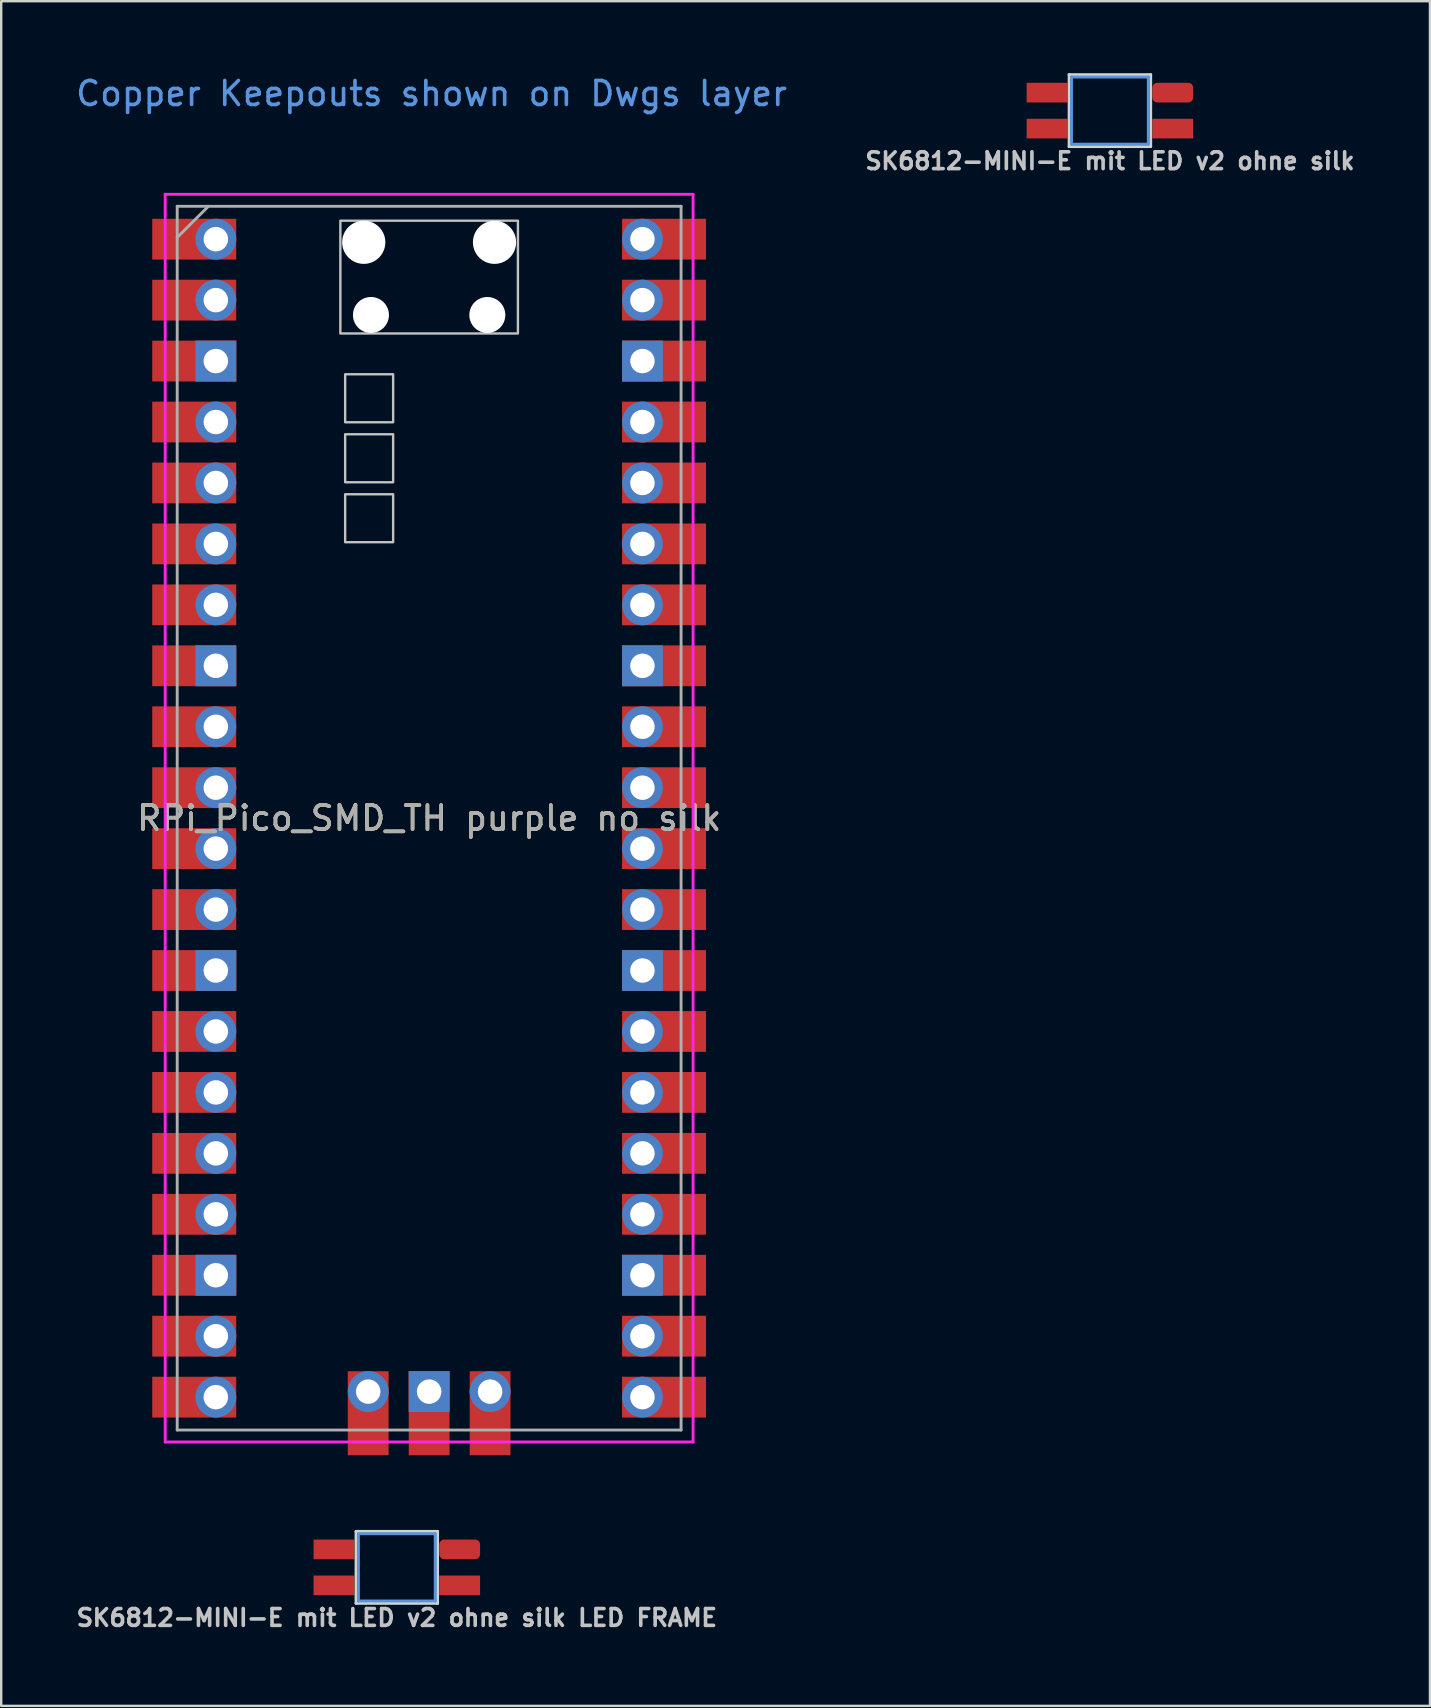
<source format=kicad_pcb>
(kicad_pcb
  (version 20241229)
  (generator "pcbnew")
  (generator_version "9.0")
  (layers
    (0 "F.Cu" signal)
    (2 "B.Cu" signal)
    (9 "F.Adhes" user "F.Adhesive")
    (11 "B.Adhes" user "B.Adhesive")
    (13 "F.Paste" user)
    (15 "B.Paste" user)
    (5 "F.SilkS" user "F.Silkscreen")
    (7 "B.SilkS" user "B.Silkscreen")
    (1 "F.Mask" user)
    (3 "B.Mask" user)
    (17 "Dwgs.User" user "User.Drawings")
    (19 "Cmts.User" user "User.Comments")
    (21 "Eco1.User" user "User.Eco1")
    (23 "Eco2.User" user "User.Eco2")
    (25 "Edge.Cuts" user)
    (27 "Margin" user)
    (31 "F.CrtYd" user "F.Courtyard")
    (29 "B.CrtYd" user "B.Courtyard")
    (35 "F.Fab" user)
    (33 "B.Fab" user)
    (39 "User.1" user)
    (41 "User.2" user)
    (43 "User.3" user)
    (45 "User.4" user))
  (footprint "SK6812-MINI-E mit LED v2 ohne silk LED FRAME"
    (layer "F.Cu")
    (at 13.488 62.273)
    (property "Reference" "SK6812-MINI-E mit LED v2 ohne silk LED FRAME" (at 0 2.1 0) (unlocked yes) (layer "Dwgs.User") (effects (font (size 0.7 0.7) (thickness 0.15))))
    (attr through_hole)
    (fp_line (start -1.6 -1.4) (end 1.6 -1.4) (stroke (width 0.12) (type solid)) (layer "Cmts.User"))
    (fp_line (start -1.6 1.4) (end -1.6 -1.4) (stroke (width 0.12) (type solid)) (layer "Cmts.User"))
    (fp_line (start 1.6 -1.4) (end 1.6 1.4) (stroke (width 0.12) (type solid)) (layer "Cmts.User"))
    (fp_line (start 1.6 1.4) (end -1.6 1.4) (stroke (width 0.12) (type solid)) (layer "Cmts.User"))
    (fp_line (start -2.6 1.6) (end -2.6 -1.6) (stroke (width 0.15) (type solid)) (layer "Eco2.User"))
    (fp_line (start -2.6 1.6) (end 2.6 1.6) (stroke (width 0.15) (type solid)) (layer "Eco2.User"))
    (fp_line (start 2.6 -1.6) (end -2.6 -1.6) (stroke (width 0.15) (type solid)) (layer "Eco2.User"))
    (fp_line (start 2.6 1.6) (end 2.6 -1.6) (stroke (width 0.15) (type solid)) (layer "Eco2.User"))
    (fp_line (start -1.7 -1.5) (end 1.7 -1.5) (stroke (width 0.12) (type solid)) (layer "Edge.Cuts"))
    (fp_line (start -1.7 1.5) (end -1.7 -1.5) (stroke (width 0.12) (type solid)) (layer "Edge.Cuts"))
    (fp_line (start 1.7 -1.5) (end 1.7 1.5) (stroke (width 0.12) (type solid)) (layer "Edge.Cuts"))
    (fp_line (start 1.7 1.5) (end -1.7 1.5) (stroke (width 0.12) (type solid)) (layer "Edge.Cuts"))
    (pad "1" smd rect (at -2.62 0.75) (size 1.7 0.82) (layers "F.Cu" "F.Mask" "F.Paste"))
    (pad "2" smd rect (at -2.62 -0.75) (size 1.7 0.82) (layers "F.Cu" "F.Mask" "F.Paste"))
    (pad "3" smd roundrect (at 2.62 -0.75) (size 1.7 0.82) (layers "F.Cu" "F.Mask" "F.Paste") (roundrect_rratio 0.25))
    (pad "4" smd rect (at 2.62 0.75) (size 1.7 0.82) (layers "F.Cu" "F.Mask" "F.Paste")))
  (footprint "RPi_Pico_SMD_TH purple no silk"
    (layer "F.Cu")
    (at 14.835 31.048)
    (property "Reference" "RPi_Pico_SMD_TH purple no silk" (at 0 0 0) (layer "F.SilkS") (effects (font (size 1 1) (thickness 0.15))))
    (attr through_hole)
    (fp_poly (pts (xy -1.5 -16.5) (xy -3.5 -16.5) (xy -3.5 -18.5) (xy -1.5 -18.5)) (stroke (width 0.1) (type solid)) (fill no) (layer "Dwgs.User"))
    (fp_poly (pts (xy -1.5 -14) (xy -3.5 -14) (xy -3.5 -16) (xy -1.5 -16)) (stroke (width 0.1) (type solid)) (fill no) (layer "Dwgs.User"))
    (fp_poly (pts (xy -1.5 -11.5) (xy -3.5 -11.5) (xy -3.5 -13.5) (xy -1.5 -13.5)) (stroke (width 0.1) (type solid)) (fill no) (layer "Dwgs.User"))
    (fp_poly (pts (xy 3.7 -20.2) (xy -3.7 -20.2) (xy -3.7 -24.9) (xy 3.7 -24.9)) (stroke (width 0.1) (type solid)) (fill no) (layer "Dwgs.User"))
    (fp_line (start -11 -26) (end 11 -26) (stroke (width 0.12) (type solid)) (layer "F.CrtYd"))
    (fp_line (start -11 26) (end -11 -26) (stroke (width 0.12) (type solid)) (layer "F.CrtYd"))
    (fp_line (start 11 -26) (end 11 26) (stroke (width 0.12) (type solid)) (layer "F.CrtYd"))
    (fp_line (start 11 26) (end -11 26) (stroke (width 0.12) (type solid)) (layer "F.CrtYd"))
    (fp_line (start -10.5 -25.5) (end 10.5 -25.5) (stroke (width 0.12) (type solid)) (layer "F.Fab"))
    (fp_line (start -10.5 -24.2) (end -9.2 -25.5) (stroke (width 0.12) (type solid)) (layer "F.Fab"))
    (fp_line (start -10.5 25.5) (end -10.5 -25.5) (stroke (width 0.12) (type solid)) (layer "F.Fab"))
    (fp_line (start 10.5 -25.5) (end 10.5 25.5) (stroke (width 0.12) (type solid)) (layer "F.Fab"))
    (fp_line (start 10.5 25.5) (end -10.5 25.5) (stroke (width 0.12) (type solid)) (layer "F.Fab"))
    (fp_text user "Copper Keepouts shown on Dwgs layer" (at 0.1 -30.2 0) (layer "Cmts.User") (effects (font (size 1 1) (thickness 0.15))))
    (fp_text user "${REFERENCE}" (at 0 0 180) (layer "F.Fab") (effects (font (size 1 1) (thickness 0.15))))
    (pad "" np_thru_hole oval (at -2.725 -24) (size 1.8 1.8) (drill 1.8) (layers "*.Cu" "*.Mask"))
    (pad "" np_thru_hole oval (at -2.425 -20.97) (size 1.5 1.5) (drill 1.5) (layers "*.Cu" "*.Mask"))
    (pad "" np_thru_hole oval (at 2.425 -20.97) (size 1.5 1.5) (drill 1.5) (layers "*.Cu" "*.Mask"))
    (pad "" np_thru_hole oval (at 2.725 -24) (size 1.8 1.8) (drill 1.8) (layers "*.Cu" "*.Mask"))
    (pad "1" thru_hole oval (at -8.89 -24.13) (size 1.7 1.7) (drill 1.02) (layers "*.Cu" "*.Mask"))
    (pad "1" smd rect (at -8.89 -24.13) (size 3.5 1.7) (drill (offset -0.9 0)) (layers "F.Cu" "F.Mask"))
    (pad "2" thru_hole oval (at -8.89 -21.59) (size 1.7 1.7) (drill 1.02) (layers "*.Cu" "*.Mask"))
    (pad "2" smd rect (at -8.89 -21.59) (size 3.5 1.7) (drill (offset -0.9 0)) (layers "F.Cu" "F.Mask"))
    (pad "3" thru_hole rect (at -8.89 -19.05) (size 1.7 1.7) (drill 1.02) (layers "*.Cu" "*.Mask"))
    (pad "3" smd rect (at -8.89 -19.05) (size 3.5 1.7) (drill (offset -0.9 0)) (layers "F.Cu" "F.Mask"))
    (pad "4" thru_hole oval (at -8.89 -16.51) (size 1.7 1.7) (drill 1.02) (layers "*.Cu" "*.Mask"))
    (pad "4" smd rect (at -8.89 -16.51) (size 3.5 1.7) (drill (offset -0.9 0)) (layers "F.Cu" "F.Mask"))
    (pad "5" thru_hole oval (at -8.89 -13.97) (size 1.7 1.7) (drill 1.02) (layers "*.Cu" "*.Mask"))
    (pad "5" smd rect (at -8.89 -13.97) (size 3.5 1.7) (drill (offset -0.9 0)) (layers "F.Cu" "F.Mask"))
    (pad "6" thru_hole oval (at -8.89 -11.43) (size 1.7 1.7) (drill 1.02) (layers "*.Cu" "*.Mask"))
    (pad "6" smd rect (at -8.89 -11.43) (size 3.5 1.7) (drill (offset -0.9 0)) (layers "F.Cu" "F.Mask"))
    (pad "7" thru_hole oval (at -8.89 -8.89) (size 1.7 1.7) (drill 1.02) (layers "*.Cu" "*.Mask"))
    (pad "7" smd rect (at -8.89 -8.89) (size 3.5 1.7) (drill (offset -0.9 0)) (layers "F.Cu" "F.Mask"))
    (pad "8" thru_hole rect (at -8.89 -6.35) (size 1.7 1.7) (drill 1.02) (layers "*.Cu" "*.Mask"))
    (pad "8" smd rect (at -8.89 -6.35) (size 3.5 1.7) (drill (offset -0.9 0)) (layers "F.Cu" "F.Mask"))
    (pad "9" thru_hole oval (at -8.89 -3.81) (size 1.7 1.7) (drill 1.02) (layers "*.Cu" "*.Mask"))
    (pad "9" smd rect (at -8.89 -3.81) (size 3.5 1.7) (drill (offset -0.9 0)) (layers "F.Cu" "F.Mask"))
    (pad "10" thru_hole oval (at -8.89 -1.27) (size 1.7 1.7) (drill 1.02) (layers "*.Cu" "*.Mask"))
    (pad "10" smd rect (at -8.89 -1.27) (size 3.5 1.7) (drill (offset -0.9 0)) (layers "F.Cu" "F.Mask"))
    (pad "11" thru_hole oval (at -8.89 1.27) (size 1.7 1.7) (drill 1.02) (layers "*.Cu" "*.Mask"))
    (pad "11" smd rect (at -8.89 1.27) (size 3.5 1.7) (drill (offset -0.9 0)) (layers "F.Cu" "F.Mask"))
    (pad "12" thru_hole oval (at -8.89 3.81) (size 1.7 1.7) (drill 1.02) (layers "*.Cu" "*.Mask"))
    (pad "12" smd rect (at -8.89 3.81) (size 3.5 1.7) (drill (offset -0.9 0)) (layers "F.Cu" "F.Mask"))
    (pad "13" thru_hole rect (at -8.89 6.35) (size 1.7 1.7) (drill 1.02) (layers "*.Cu" "*.Mask"))
    (pad "13" smd rect (at -8.89 6.35) (size 3.5 1.7) (drill (offset -0.9 0)) (layers "F.Cu" "F.Mask"))
    (pad "14" thru_hole oval (at -8.89 8.89) (size 1.7 1.7) (drill 1.02) (layers "*.Cu" "*.Mask"))
    (pad "14" smd rect (at -8.89 8.89) (size 3.5 1.7) (drill (offset -0.9 0)) (layers "F.Cu" "F.Mask"))
    (pad "15" thru_hole oval (at -8.89 11.43) (size 1.7 1.7) (drill 1.02) (layers "*.Cu" "*.Mask"))
    (pad "15" smd rect (at -8.89 11.43) (size 3.5 1.7) (drill (offset -0.9 0)) (layers "F.Cu" "F.Mask"))
    (pad "16" thru_hole oval (at -8.89 13.97) (size 1.7 1.7) (drill 1.02) (layers "*.Cu" "*.Mask"))
    (pad "16" smd rect (at -8.89 13.97) (size 3.5 1.7) (drill (offset -0.9 0)) (layers "F.Cu" "F.Mask"))
    (pad "17" thru_hole oval (at -8.89 16.51) (size 1.7 1.7) (drill 1.02) (layers "*.Cu" "*.Mask"))
    (pad "17" smd rect (at -8.89 16.51) (size 3.5 1.7) (drill (offset -0.9 0)) (layers "F.Cu" "F.Mask"))
    (pad "18" thru_hole rect (at -8.89 19.05) (size 1.7 1.7) (drill 1.02) (layers "*.Cu" "*.Mask"))
    (pad "18" smd rect (at -8.89 19.05) (size 3.5 1.7) (drill (offset -0.9 0)) (layers "F.Cu" "F.Mask"))
    (pad "19" thru_hole oval (at -8.89 21.59) (size 1.7 1.7) (drill 1.02) (layers "*.Cu" "*.Mask"))
    (pad "19" smd rect (at -8.89 21.59) (size 3.5 1.7) (drill (offset -0.9 0)) (layers "F.Cu" "F.Mask"))
    (pad "20" thru_hole oval (at -8.89 24.13) (size 1.7 1.7) (drill 1.02) (layers "*.Cu" "*.Mask"))
    (pad "20" smd rect (at -8.89 24.13) (size 3.5 1.7) (drill (offset -0.9 0)) (layers "F.Cu" "F.Mask"))
    (pad "21" thru_hole oval (at 8.89 24.13) (size 1.7 1.7) (drill 1.02) (layers "*.Cu" "*.Mask"))
    (pad "21" smd rect (at 8.89 24.13) (size 3.5 1.7) (drill (offset 0.9 0)) (layers "F.Cu" "F.Mask"))
    (pad "22" thru_hole oval (at 8.89 21.59) (size 1.7 1.7) (drill 1.02) (layers "*.Cu" "*.Mask"))
    (pad "22" smd rect (at 8.89 21.59) (size 3.5 1.7) (drill (offset 0.9 0)) (layers "F.Cu" "F.Mask"))
    (pad "23" thru_hole rect (at 8.89 19.05) (size 1.7 1.7) (drill 1.02) (layers "*.Cu" "*.Mask"))
    (pad "23" smd rect (at 8.89 19.05) (size 3.5 1.7) (drill (offset 0.9 0)) (layers "F.Cu" "F.Mask"))
    (pad "24" thru_hole oval (at 8.89 16.51) (size 1.7 1.7) (drill 1.02) (layers "*.Cu" "*.Mask"))
    (pad "24" smd rect (at 8.89 16.51) (size 3.5 1.7) (drill (offset 0.9 0)) (layers "F.Cu" "F.Mask"))
    (pad "25" thru_hole oval (at 8.89 13.97) (size 1.7 1.7) (drill 1.02) (layers "*.Cu" "*.Mask"))
    (pad "25" smd rect (at 8.89 13.97) (size 3.5 1.7) (drill (offset 0.9 0)) (layers "F.Cu" "F.Mask"))
    (pad "26" thru_hole oval (at 8.89 11.43) (size 1.7 1.7) (drill 1.02) (layers "*.Cu" "*.Mask"))
    (pad "26" smd rect (at 8.89 11.43) (size 3.5 1.7) (drill (offset 0.9 0)) (layers "F.Cu" "F.Mask"))
    (pad "27" thru_hole oval (at 8.89 8.89) (size 1.7 1.7) (drill 1.02) (layers "*.Cu" "*.Mask"))
    (pad "27" smd rect (at 8.89 8.89) (size 3.5 1.7) (drill (offset 0.9 0)) (layers "F.Cu" "F.Mask"))
    (pad "28" thru_hole rect (at 8.89 6.35) (size 1.7 1.7) (drill 1.02) (layers "*.Cu" "*.Mask"))
    (pad "28" smd rect (at 8.89 6.35) (size 3.5 1.7) (drill (offset 0.9 0)) (layers "F.Cu" "F.Mask"))
    (pad "29" thru_hole oval (at 8.89 3.81) (size 1.7 1.7) (drill 1.02) (layers "*.Cu" "*.Mask"))
    (pad "29" smd rect (at 8.89 3.81) (size 3.5 1.7) (drill (offset 0.9 0)) (layers "F.Cu" "F.Mask"))
    (pad "30" thru_hole oval (at 8.89 1.27) (size 1.7 1.7) (drill 1.02) (layers "*.Cu" "*.Mask"))
    (pad "30" smd rect (at 8.89 1.27) (size 3.5 1.7) (drill (offset 0.9 0)) (layers "F.Cu" "F.Mask"))
    (pad "31" thru_hole oval (at 8.89 -1.27) (size 1.7 1.7) (drill 1.02) (layers "*.Cu" "*.Mask"))
    (pad "31" smd rect (at 8.89 -1.27) (size 3.5 1.7) (drill (offset 0.9 0)) (layers "F.Cu" "F.Mask"))
    (pad "32" thru_hole oval (at 8.89 -3.81) (size 1.7 1.7) (drill 1.02) (layers "*.Cu" "*.Mask"))
    (pad "32" smd rect (at 8.89 -3.81) (size 3.5 1.7) (drill (offset 0.9 0)) (layers "F.Cu" "F.Mask"))
    (pad "33" thru_hole rect (at 8.89 -6.35) (size 1.7 1.7) (drill 1.02) (layers "*.Cu" "*.Mask"))
    (pad "33" smd rect (at 8.89 -6.35) (size 3.5 1.7) (drill (offset 0.9 0)) (layers "F.Cu" "F.Mask"))
    (pad "34" thru_hole oval (at 8.89 -8.89) (size 1.7 1.7) (drill 1.02) (layers "*.Cu" "*.Mask"))
    (pad "34" smd rect (at 8.89 -8.89) (size 3.5 1.7) (drill (offset 0.9 0)) (layers "F.Cu" "F.Mask"))
    (pad "35" thru_hole oval (at 8.89 -11.43) (size 1.7 1.7) (drill 1.02) (layers "*.Cu" "*.Mask"))
    (pad "35" smd rect (at 8.89 -11.43) (size 3.5 1.7) (drill (offset 0.9 0)) (layers "F.Cu" "F.Mask"))
    (pad "36" thru_hole oval (at 8.89 -13.97) (size 1.7 1.7) (drill 1.02) (layers "*.Cu" "*.Mask"))
    (pad "36" smd rect (at 8.89 -13.97) (size 3.5 1.7) (drill (offset 0.9 0)) (layers "F.Cu" "F.Mask"))
    (pad "37" thru_hole oval (at 8.89 -16.51) (size 1.7 1.7) (drill 1.02) (layers "*.Cu" "*.Mask"))
    (pad "37" smd rect (at 8.89 -16.51) (size 3.5 1.7) (drill (offset 0.9 0)) (layers "F.Cu" "F.Mask"))
    (pad "38" thru_hole rect (at 8.89 -19.05) (size 1.7 1.7) (drill 1.02) (layers "*.Cu" "*.Mask"))
    (pad "38" smd rect (at 8.89 -19.05) (size 3.5 1.7) (drill (offset 0.9 0)) (layers "F.Cu" "F.Mask"))
    (pad "39" thru_hole oval (at 8.89 -21.59) (size 1.7 1.7) (drill 1.02) (layers "*.Cu" "*.Mask"))
    (pad "39" smd rect (at 8.89 -21.59) (size 3.5 1.7) (drill (offset 0.9 0)) (layers "F.Cu" "F.Mask"))
    (pad "40" thru_hole oval (at 8.89 -24.13) (size 1.7 1.7) (drill 1.02) (layers "*.Cu" "*.Mask"))
    (pad "40" smd rect (at 8.89 -24.13) (size 3.5 1.7) (drill (offset 0.9 0)) (layers "F.Cu" "F.Mask"))
    (pad "41" thru_hole oval (at -2.54 23.9) (size 1.7 1.7) (drill 1.02) (layers "*.Cu" "*.Mask"))
    (pad "41" smd rect (at -2.54 23.9 90) (size 3.5 1.7) (drill (offset -0.9 0)) (layers "F.Cu" "F.Mask"))
    (pad "42" thru_hole rect (at 0 23.9) (size 1.7 1.7) (drill 1.02) (layers "*.Cu" "*.Mask"))
    (pad "42" smd rect (at 0 23.9 90) (size 3.5 1.7) (drill (offset -0.9 0)) (layers "F.Cu" "F.Mask"))
    (pad "43" thru_hole oval (at 2.54 23.9) (size 1.7 1.7) (drill 1.02) (layers "*.Cu" "*.Mask"))
    (pad "43" smd rect (at 2.54 23.9 90) (size 3.5 1.7) (drill (offset -0.9 0)) (layers "F.Cu" "F.Mask")))
  (footprint "SK6812-MINI-E mit LED v2 ohne silk"
    (layer "F.Cu")
    (at 43.207 1.56)
    (property "Reference" "SK6812-MINI-E mit LED v2 ohne silk" (at 0 2.1 0) (unlocked yes) (layer "Dwgs.User") (effects (font (size 0.7 0.7) (thickness 0.15))))
    (attr through_hole)
    (fp_line (start -1.6 -1.4) (end 1.6 -1.4) (stroke (width 0.12) (type solid)) (layer "Cmts.User"))
    (fp_line (start -1.6 1.4) (end -1.6 -1.4) (stroke (width 0.12) (type solid)) (layer "Cmts.User"))
    (fp_line (start 1.6 -1.4) (end 1.6 1.4) (stroke (width 0.12) (type solid)) (layer "Cmts.User"))
    (fp_line (start 1.6 1.4) (end -1.6 1.4) (stroke (width 0.12) (type solid)) (layer "Cmts.User"))
    (fp_line (start -1.7 -1.5) (end 1.7 -1.5) (stroke (width 0.12) (type solid)) (layer "Edge.Cuts"))
    (fp_line (start -1.7 1.5) (end -1.7 -1.5) (stroke (width 0.12) (type solid)) (layer "Edge.Cuts"))
    (fp_line (start 1.7 -1.5) (end 1.7 1.5) (stroke (width 0.12) (type solid)) (layer "Edge.Cuts"))
    (fp_line (start 1.7 1.5) (end -1.7 1.5) (stroke (width 0.12) (type solid)) (layer "Edge.Cuts"))
    (pad "1" smd rect (at -2.62 0.75) (size 1.7 0.82) (layers "F.Cu" "F.Mask" "F.Paste"))
    (pad "2" smd rect (at -2.62 -0.75) (size 1.7 0.82) (layers "F.Cu" "F.Mask" "F.Paste"))
    (pad "3" smd roundrect (at 2.62 -0.75) (size 1.7 0.82) (layers "F.Cu" "F.Mask" "F.Paste") (roundrect_rratio 0.25))
    (pad "4" smd rect (at 2.62 0.75) (size 1.7 0.82) (layers "F.Cu" "F.Mask" "F.Paste")))
  (gr_rect
    (start -3 -3)
    (end 56.546 68.046)
    (stroke (width 0.1) (type default))
    (fill no)
    (layer "Edge.Cuts")))
</source>
